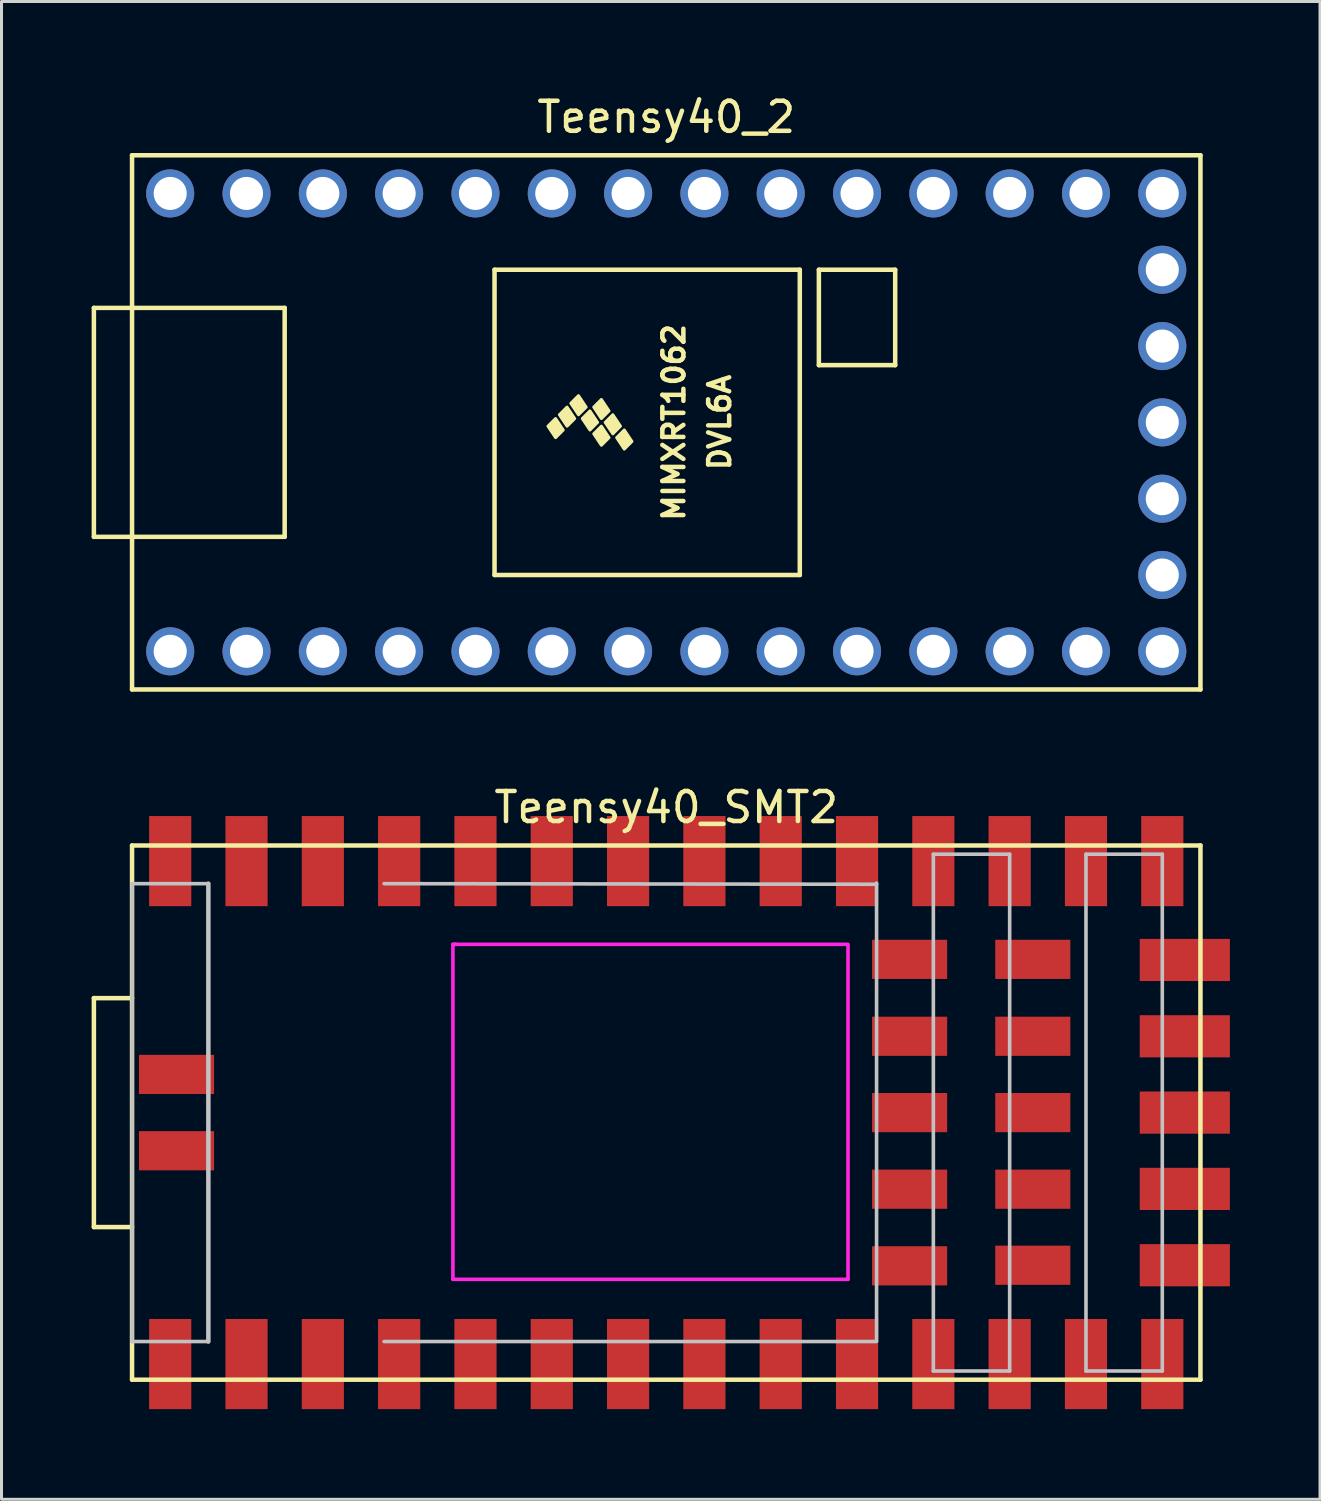
<source format=kicad_pcb>
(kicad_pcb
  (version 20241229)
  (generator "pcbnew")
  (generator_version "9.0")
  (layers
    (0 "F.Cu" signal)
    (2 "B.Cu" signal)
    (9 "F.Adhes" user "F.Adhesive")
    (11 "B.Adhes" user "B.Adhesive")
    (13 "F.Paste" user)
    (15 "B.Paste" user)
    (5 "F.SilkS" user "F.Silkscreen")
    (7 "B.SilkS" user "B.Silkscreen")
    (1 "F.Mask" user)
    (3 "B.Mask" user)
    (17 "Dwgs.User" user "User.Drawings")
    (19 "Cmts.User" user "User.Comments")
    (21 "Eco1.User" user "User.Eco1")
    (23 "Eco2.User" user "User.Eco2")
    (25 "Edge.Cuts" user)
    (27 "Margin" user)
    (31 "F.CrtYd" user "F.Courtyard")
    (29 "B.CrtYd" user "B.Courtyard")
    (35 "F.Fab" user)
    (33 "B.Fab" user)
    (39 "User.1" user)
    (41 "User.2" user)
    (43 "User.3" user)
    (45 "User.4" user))
  (footprint "Teensy40_2"
    (layer "F.Cu")
    (at 19.125 11.008)
    (property "Reference" "Teensy40_2" (at 0 -10.16 0) (layer "F.SilkS") (effects (font (size 1 1) (thickness 0.15))))
    (attr through_hole)
    (fp_line (start -19.05 -3.81) (end -17.78 -3.81) (stroke (width 0.15) (type solid)) (layer "F.SilkS"))
    (fp_line (start -19.05 3.81) (end -19.05 -3.81) (stroke (width 0.15) (type solid)) (layer "F.SilkS"))
    (fp_line (start -17.78 -8.89) (end 17.78 -8.89) (stroke (width 0.15) (type solid)) (layer "F.SilkS"))
    (fp_line (start -17.78 3.81) (end -19.05 3.81) (stroke (width 0.15) (type solid)) (layer "F.SilkS"))
    (fp_line (start -17.78 8.89) (end -17.78 -8.89) (stroke (width 0.15) (type solid)) (layer "F.SilkS"))
    (fp_line (start -12.7 -3.81) (end -17.78 -3.81) (stroke (width 0.15) (type solid)) (layer "F.SilkS"))
    (fp_line (start -12.7 3.81) (end -17.78 3.81) (stroke (width 0.15) (type solid)) (layer "F.SilkS"))
    (fp_line (start -12.7 3.81) (end -12.7 -3.81) (stroke (width 0.15) (type solid)) (layer "F.SilkS"))
    (fp_line (start -5.715 -5.08) (end -5.715 5.08) (stroke (width 0.15) (type solid)) (layer "F.SilkS"))
    (fp_line (start 4.445 -5.08) (end -5.715 -5.08) (stroke (width 0.15) (type solid)) (layer "F.SilkS"))
    (fp_line (start 4.445 5.08) (end -5.715 5.08) (stroke (width 0.15) (type solid)) (layer "F.SilkS"))
    (fp_line (start 4.445 5.08) (end 4.445 -5.08) (stroke (width 0.15) (type solid)) (layer "F.SilkS"))
    (fp_line (start 5.08 -5.08) (end 7.62 -5.08) (stroke (width 0.15) (type solid)) (layer "F.SilkS"))
    (fp_line (start 5.08 -1.905) (end 5.08 -5.08) (stroke (width 0.15) (type solid)) (layer "F.SilkS"))
    (fp_line (start 7.62 -5.08) (end 7.62 -1.905) (stroke (width 0.15) (type solid)) (layer "F.SilkS"))
    (fp_line (start 7.62 -1.905) (end 5.08 -1.905) (stroke (width 0.15) (type solid)) (layer "F.SilkS"))
    (fp_line (start 17.78 -8.89) (end 17.78 8.89) (stroke (width 0.15) (type solid)) (layer "F.SilkS"))
    (fp_line (start 17.78 8.89) (end -17.78 8.89) (stroke (width 0.15) (type solid)) (layer "F.SilkS"))
    (fp_poly (pts (xy -3.937 0.127) (xy -3.683 -0.127) (xy -3.429 0.254) (xy -3.683 0.508)) (stroke (width 0.1) (type solid)) (fill yes) (layer "F.SilkS"))
    (fp_poly (pts (xy -3.556 -0.254) (xy -3.302 -0.508) (xy -3.048 -0.127) (xy -3.302 0.127)) (stroke (width 0.1) (type solid)) (fill yes) (layer "F.SilkS"))
    (fp_poly (pts (xy -3.175 -0.635) (xy -2.921 -0.889) (xy -2.667 -0.508) (xy -2.921 -0.254)) (stroke (width 0.1) (type solid)) (fill yes) (layer "F.SilkS"))
    (fp_poly (pts (xy -2.794 -0.127) (xy -2.54 -0.381) (xy -2.286 0) (xy -2.54 0.254)) (stroke (width 0.1) (type solid)) (fill yes) (layer "F.SilkS"))
    (fp_poly (pts (xy -2.413 -0.508) (xy -2.159 -0.762) (xy -1.905 -0.381) (xy -2.159 -0.127)) (stroke (width 0.1) (type solid)) (fill yes) (layer "F.SilkS"))
    (fp_poly (pts (xy -2.413 0.381) (xy -2.159 0.127) (xy -1.905 0.508) (xy -2.159 0.762)) (stroke (width 0.1) (type solid)) (fill yes) (layer "F.SilkS"))
    (fp_poly (pts (xy -2.032 0) (xy -1.778 -0.254) (xy -1.524 0.127) (xy -1.778 0.381)) (stroke (width 0.1) (type solid)) (fill yes) (layer "F.SilkS"))
    (fp_poly (pts (xy -1.651 0.508) (xy -1.397 0.254) (xy -1.143 0.635) (xy -1.397 0.889)) (stroke (width 0.1) (type solid)) (fill yes) (layer "F.SilkS"))
    (fp_text user "MIMXRT1062" (at 0.254 0 90) (layer "F.SilkS") (effects (font (size 0.7 0.7) (thickness 0.15))))
    (fp_text user "DVL6A" (at 1.778 0 90) (layer "F.SilkS") (effects (font (size 0.7 0.7) (thickness 0.15))))
    (pad "1" thru_hole circle (at -16.51 7.62) (size 1.6 1.6) (drill 1.1) (layers "*.Cu" "*.Mask"))
    (pad "2" thru_hole circle (at -13.97 7.62) (size 1.6 1.6) (drill 1.1) (layers "*.Cu" "*.Mask"))
    (pad "3" thru_hole circle (at -11.43 7.62) (size 1.6 1.6) (drill 1.1) (layers "*.Cu" "*.Mask"))
    (pad "4" thru_hole circle (at -8.89 7.62) (size 1.6 1.6) (drill 1.1) (layers "*.Cu" "*.Mask"))
    (pad "5" thru_hole circle (at -6.35 7.62) (size 1.6 1.6) (drill 1.1) (layers "*.Cu" "*.Mask"))
    (pad "6" thru_hole circle (at -3.81 7.62) (size 1.6 1.6) (drill 1.1) (layers "*.Cu" "*.Mask"))
    (pad "7" thru_hole circle (at -1.27 7.62) (size 1.6 1.6) (drill 1.1) (layers "*.Cu" "*.Mask"))
    (pad "8" thru_hole circle (at 1.27 7.62) (size 1.6 1.6) (drill 1.1) (layers "*.Cu" "*.Mask"))
    (pad "9" thru_hole circle (at 3.81 7.62) (size 1.6 1.6) (drill 1.1) (layers "*.Cu" "*.Mask"))
    (pad "10" thru_hole circle (at 6.35 7.62) (size 1.6 1.6) (drill 1.1) (layers "*.Cu" "*.Mask"))
    (pad "11" thru_hole circle (at 8.89 7.62) (size 1.6 1.6) (drill 1.1) (layers "*.Cu" "*.Mask"))
    (pad "12" thru_hole circle (at 11.43 7.62) (size 1.6 1.6) (drill 1.1) (layers "*.Cu" "*.Mask"))
    (pad "13" thru_hole circle (at 13.97 7.62) (size 1.6 1.6) (drill 1.1) (layers "*.Cu" "*.Mask"))
    (pad "14" thru_hole circle (at 16.51 7.62) (size 1.6 1.6) (drill 1.1) (layers "*.Cu" "*.Mask"))
    (pad "15" thru_hole circle (at 16.51 5.08) (size 1.6 1.6) (drill 1.1) (layers "*.Cu" "*.Mask"))
    (pad "16" thru_hole circle (at 16.51 2.54) (size 1.6 1.6) (drill 1.1) (layers "*.Cu" "*.Mask"))
    (pad "17" thru_hole circle (at 16.51 0) (size 1.6 1.6) (drill 1.1) (layers "*.Cu" "*.Mask"))
    (pad "18" thru_hole circle (at 16.51 -2.54) (size 1.6 1.6) (drill 1.1) (layers "*.Cu" "*.Mask"))
    (pad "19" thru_hole circle (at 16.51 -5.08) (size 1.6 1.6) (drill 1.1) (layers "*.Cu" "*.Mask"))
    (pad "20" thru_hole circle (at 16.51 -7.62) (size 1.6 1.6) (drill 1.1) (layers "*.Cu" "*.Mask"))
    (pad "21" thru_hole circle (at 13.97 -7.62) (size 1.6 1.6) (drill 1.1) (layers "*.Cu" "*.Mask"))
    (pad "22" thru_hole circle (at 11.43 -7.62) (size 1.6 1.6) (drill 1.1) (layers "*.Cu" "*.Mask"))
    (pad "23" thru_hole circle (at 8.89 -7.62) (size 1.6 1.6) (drill 1.1) (layers "*.Cu" "*.Mask"))
    (pad "24" thru_hole circle (at 6.35 -7.62) (size 1.6 1.6) (drill 1.1) (layers "*.Cu" "*.Mask"))
    (pad "25" thru_hole circle (at 3.81 -7.62) (size 1.6 1.6) (drill 1.1) (layers "*.Cu" "*.Mask"))
    (pad "26" thru_hole circle (at 1.27 -7.62) (size 1.6 1.6) (drill 1.1) (layers "*.Cu" "*.Mask"))
    (pad "27" thru_hole circle (at -1.27 -7.62) (size 1.6 1.6) (drill 1.1) (layers "*.Cu" "*.Mask"))
    (pad "28" thru_hole circle (at -3.81 -7.62) (size 1.6 1.6) (drill 1.1) (layers "*.Cu" "*.Mask"))
    (pad "29" thru_hole circle (at -6.35 -7.62) (size 1.6 1.6) (drill 1.1) (layers "*.Cu" "*.Mask"))
    (pad "30" thru_hole circle (at -8.89 -7.62) (size 1.6 1.6) (drill 1.1) (layers "*.Cu" "*.Mask"))
    (pad "31" thru_hole circle (at -11.43 -7.62) (size 1.6 1.6) (drill 1.1) (layers "*.Cu" "*.Mask"))
    (pad "32" thru_hole circle (at -13.97 -7.62) (size 1.6 1.6) (drill 1.1) (layers "*.Cu" "*.Mask"))
    (pad "33" thru_hole circle (at -16.51 -7.62) (size 1.6 1.6) (drill 1.1) (layers "*.Cu" "*.Mask")))
  (footprint "Teensy40_SMT2"
    (layer "F.Cu")
    (at 19.125 33.981)
    (property "Reference" "Teensy40_SMT2" (at 0 -10.16 0) (layer "F.SilkS") (effects (font (size 1 1) (thickness 0.15))))
    (attr through_hole)
    (fp_line (start -19.05 -3.81) (end -19.05 3.81) (stroke (width 0.15) (type solid)) (layer "F.SilkS"))
    (fp_line (start -19.05 3.81) (end -17.78 3.81) (stroke (width 0.15) (type solid)) (layer "F.SilkS"))
    (fp_line (start -17.78 -8.89) (end -17.78 8.89) (stroke (width 0.15) (type solid)) (layer "F.SilkS"))
    (fp_line (start -17.78 -3.81) (end -19.05 -3.81) (stroke (width 0.15) (type solid)) (layer "F.SilkS"))
    (fp_line (start -17.78 8.89) (end 17.78 8.89) (stroke (width 0.15) (type solid)) (layer "F.SilkS"))
    (fp_line (start 17.78 -8.89) (end -17.78 -8.89) (stroke (width 0.15) (type solid)) (layer "F.SilkS"))
    (fp_line (start 17.78 8.89) (end 17.78 -8.89) (stroke (width 0.15) (type solid)) (layer "F.SilkS"))
    (fp_line (start -17.78 -7.62) (end -17.78 7.62) (stroke (width 0.12) (type solid)) (layer "Dwgs.User"))
    (fp_line (start -17.78 -7.62) (end -15.24 -7.62) (stroke (width 0.12) (type solid)) (layer "Dwgs.User"))
    (fp_line (start -17.78 7.62) (end -15.24 7.62) (stroke (width 0.12) (type solid)) (layer "Dwgs.User"))
    (fp_line (start -15.24 -7.62) (end -15.24 7.62) (stroke (width 0.15) (type solid)) (layer "Dwgs.User"))
    (fp_line (start -9.39 -7.62) (end 7 -7.6) (stroke (width 0.12) (type solid)) (layer "Dwgs.User"))
    (fp_line (start -9.39 7.62) (end 7 7.62) (stroke (width 0.12) (type solid)) (layer "Dwgs.User"))
    (fp_line (start 7 -7.64) (end 7 7.6) (stroke (width 0.12) (type solid)) (layer "Dwgs.User"))
    (fp_line (start 8.89 -8.6) (end 8.89 8.6) (stroke (width 0.12) (type solid)) (layer "Dwgs.User"))
    (fp_line (start 8.89 8.6) (end 11.43 8.6) (stroke (width 0.12) (type solid)) (layer "Dwgs.User"))
    (fp_line (start 11.43 -8.6) (end 8.89 -8.6) (stroke (width 0.12) (type solid)) (layer "Dwgs.User"))
    (fp_line (start 11.43 8.6) (end 11.43 -8.6) (stroke (width 0.12) (type solid)) (layer "Dwgs.User"))
    (fp_line (start 13.97 -8.6) (end 16.51 -8.6) (stroke (width 0.12) (type solid)) (layer "Dwgs.User"))
    (fp_line (start 13.97 8.6) (end 13.97 -8.6) (stroke (width 0.12) (type solid)) (layer "Dwgs.User"))
    (fp_line (start 16.51 -8.6) (end 16.51 8.6) (stroke (width 0.12) (type solid)) (layer "Dwgs.User"))
    (fp_line (start 16.51 8.6) (end 13.97 8.6) (stroke (width 0.12) (type solid)) (layer "Dwgs.User"))
    (fp_poly (pts (xy -17.272 -0.762) (xy -14.732 -0.762) (xy -14.732 -1.778) (xy -17.272 -1.778)) (stroke (width 0.1) (type solid)) (fill no) (layer "Eco1.User"))
    (fp_poly (pts (xy -17.272 1.778) (xy -14.732 1.778) (xy -14.732 0.762) (xy -17.272 0.762)) (stroke (width 0.1) (type solid)) (fill no) (layer "Eco1.User"))
    (fp_poly (pts (xy 6.858 -4.572) (xy 9.398 -4.572) (xy 9.398 -5.588) (xy 6.858 -5.588)) (stroke (width 0.1) (type solid)) (fill no) (layer "Eco1.User"))
    (fp_poly (pts (xy 6.858 -2.032) (xy 9.398 -2.032) (xy 9.398 -3.048) (xy 6.858 -3.048)) (stroke (width 0.1) (type solid)) (fill no) (layer "Eco1.User"))
    (fp_poly (pts (xy 6.858 0.508) (xy 9.398 0.508) (xy 9.398 -0.508) (xy 6.858 -0.508)) (stroke (width 0.1) (type solid)) (fill no) (layer "Eco1.User"))
    (fp_poly (pts (xy 6.858 3.048) (xy 9.398 3.048) (xy 9.398 2.032) (xy 6.858 2.032)) (stroke (width 0.1) (type solid)) (fill no) (layer "Eco1.User"))
    (fp_poly (pts (xy 6.858 5.588) (xy 9.398 5.588) (xy 9.398 4.572) (xy 6.858 4.572)) (stroke (width 0.1) (type solid)) (fill no) (layer "Eco1.User"))
    (fp_poly (pts (xy 10.922 -4.572) (xy 13.462 -4.572) (xy 13.462 -5.588) (xy 10.922 -5.588)) (stroke (width 0.1) (type solid)) (fill no) (layer "Eco1.User"))
    (fp_poly (pts (xy 10.922 -2.032) (xy 13.462 -2.032) (xy 13.462 -3.048) (xy 10.922 -3.048)) (stroke (width 0.1) (type solid)) (fill no) (layer "Eco1.User"))
    (fp_poly (pts (xy 10.922 0.508) (xy 13.462 0.508) (xy 13.462 -0.508) (xy 10.922 -0.508)) (stroke (width 0.1) (type solid)) (fill no) (layer "Eco1.User"))
    (fp_poly (pts (xy 10.922 3.048) (xy 13.462 3.048) (xy 13.462 2.032) (xy 10.922 2.032)) (stroke (width 0.1) (type solid)) (fill no) (layer "Eco1.User"))
    (fp_poly (pts (xy 10.922 5.588) (xy 13.462 5.588) (xy 13.462 4.572) (xy 10.922 4.572)) (stroke (width 0.1) (type solid)) (fill no) (layer "Eco1.User"))
    (fp_line (start -7.1 -5.6) (end -7 -5.6) (stroke (width 0.12) (type solid)) (layer "F.CrtYd"))
    (fp_line (start -7.1 5.55) (end -7.1 -5.6) (stroke (width 0.12) (type solid)) (layer "F.CrtYd"))
    (fp_line (start -7.05 -5.6) (end 6 -5.6) (stroke (width 0.12) (type solid)) (layer "F.CrtYd"))
    (fp_line (start 6.05 5.55) (end -7.1 5.55) (stroke (width 0.12) (type solid)) (layer "F.CrtYd"))
    (fp_line (start 6.05 5.55) (end 6.05 -5.6) (stroke (width 0.12) (type solid)) (layer "F.CrtYd"))
    (pad "1" smd rect (at -16.51 8.37) (size 1.404 3) (layers "F.Cu" "F.Mask" "F.Paste"))
    (pad "2" smd rect (at -13.97 8.37) (size 1.404 3) (layers "F.Cu" "F.Mask" "F.Paste"))
    (pad "3" smd rect (at -11.43 8.37) (size 1.404 3) (layers "F.Cu" "F.Mask" "F.Paste"))
    (pad "4" smd rect (at -8.89 8.37) (size 1.404 3) (layers "F.Cu" "F.Mask" "F.Paste"))
    (pad "5" smd rect (at -6.35 8.37) (size 1.404 3) (layers "F.Cu" "F.Mask" "F.Paste"))
    (pad "6" smd rect (at -3.81 8.37) (size 1.404 3) (layers "F.Cu" "F.Mask" "F.Paste"))
    (pad "7" smd rect (at -1.27 8.37) (size 1.404 3) (layers "F.Cu" "F.Mask" "F.Paste"))
    (pad "8" smd rect (at 1.27 8.37) (size 1.404 3) (layers "F.Cu" "F.Mask" "F.Paste"))
    (pad "9" smd rect (at 3.81 8.37) (size 1.404 3) (layers "F.Cu" "F.Mask" "F.Paste"))
    (pad "10" smd rect (at 6.35 8.37) (size 1.404 3) (layers "F.Cu" "F.Mask" "F.Paste"))
    (pad "11" smd rect (at 8.89 8.37) (size 1.404 3) (layers "F.Cu" "F.Mask" "F.Paste"))
    (pad "12" smd rect (at 11.43 8.37) (size 1.404 3) (layers "F.Cu" "F.Mask" "F.Paste"))
    (pad "13" smd rect (at 13.97 8.37) (size 1.404 3) (layers "F.Cu" "F.Mask" "F.Paste"))
    (pad "14" smd rect (at 16.51 8.37) (size 1.404 3) (layers "F.Cu" "F.Mask" "F.Paste"))
    (pad "15" smd rect (at 17.26 5.08) (size 3 1.404) (layers "F.Cu" "F.Mask" "F.Paste"))
    (pad "16" smd rect (at 17.26 2.54) (size 3 1.404) (layers "F.Cu" "F.Mask" "F.Paste"))
    (pad "17" smd rect (at 17.26 0) (size 3 1.404) (layers "F.Cu" "F.Mask" "F.Paste"))
    (pad "18" smd rect (at 17.26 -2.54) (size 3 1.404) (layers "F.Cu" "F.Mask" "F.Paste"))
    (pad "19" smd rect (at 17.26 -5.08) (size 3 1.404) (layers "F.Cu" "F.Mask" "F.Paste"))
    (pad "20" smd rect (at 16.51 -8.37) (size 1.404 3) (layers "F.Cu" "F.Mask" "F.Paste"))
    (pad "21" smd trapezoid (at 13.97 -8.37) (size 1.404 3) (layers "F.Cu" "F.Mask" "F.Paste"))
    (pad "22" smd rect (at 11.43 -8.37) (size 1.404 3) (layers "F.Cu" "F.Mask" "F.Paste"))
    (pad "23" smd rect (at 8.89 -8.37) (size 1.404 3) (layers "F.Cu" "F.Mask" "F.Paste"))
    (pad "24" smd rect (at 6.35 -8.37) (size 1.404 3) (layers "F.Cu" "F.Mask" "F.Paste"))
    (pad "25" smd rect (at 3.81 -8.37) (size 1.404 3) (layers "F.Cu" "F.Mask" "F.Paste"))
    (pad "26" smd rect (at 1.27 -8.37) (size 1.404 3) (layers "F.Cu" "F.Mask" "F.Paste"))
    (pad "27" smd rect (at -1.27 -8.37) (size 1.404 3) (layers "F.Cu" "F.Mask" "F.Paste"))
    (pad "28" smd rect (at -3.81 -8.37) (size 1.404 3) (layers "F.Cu" "F.Mask" "F.Paste"))
    (pad "29" smd rect (at -6.35 -8.37) (size 1.404 3) (layers "F.Cu" "F.Mask" "F.Paste"))
    (pad "30" smd rect (at -8.89 -8.37) (size 1.404 3) (layers "F.Cu" "F.Mask" "F.Paste"))
    (pad "31" smd rect (at -11.43 -8.37) (size 1.404 3) (layers "F.Cu" "F.Mask" "F.Paste"))
    (pad "32" smd rect (at -13.97 -8.37) (size 1.404 3) (layers "F.Cu" "F.Mask" "F.Paste"))
    (pad "33" smd rect (at -16.51 -8.37) (size 1.404 3) (layers "F.Cu" "F.Mask" "F.Paste"))
    (pad "35" smd rect (at 12.2 -5.1) (size 2.5 1.304) (layers "F.Cu" "F.Mask" "F.Paste"))
    (pad "36" smd rect (at 8.1 -5.1) (size 2.5 1.304) (layers "F.Cu" "F.Mask" "F.Paste"))
    (pad "37" smd rect (at 12.2 -2.54) (size 2.5 1.304) (layers "F.Cu" "F.Mask" "F.Paste"))
    (pad "38" smd rect (at 8.1 -2.54) (size 2.5 1.304) (layers "F.Cu" "F.Mask" "F.Paste"))
    (pad "39" smd rect (at 12.2 0) (size 2.5 1.304) (layers "F.Cu" "F.Mask" "F.Paste"))
    (pad "40" smd rect (at 8.1 0) (size 2.5 1.304) (layers "F.Cu" "F.Mask" "F.Paste"))
    (pad "41" smd rect (at 12.2 2.55) (size 2.5 1.304) (layers "F.Cu" "F.Mask" "F.Paste"))
    (pad "42" smd rect (at 8.1 2.55) (size 2.5 1.304) (layers "F.Cu" "F.Mask" "F.Paste"))
    (pad "43" smd rect (at 12.2 5.08) (size 2.5 1.304) (layers "F.Cu" "F.Mask" "F.Paste"))
    (pad "44" smd rect (at 8.1 5.1) (size 2.5 1.304) (layers "F.Cu" "F.Mask" "F.Paste"))
    (pad "53" smd rect (at -16.3 -1.27) (size 2.5 1.304) (layers "F.Cu" "F.Mask" "F.Paste"))
    (pad "54" smd rect (at -16.3 1.27) (size 2.5 1.304) (layers "F.Cu" "F.Mask" "F.Paste")))
  (gr_rect
    (start -3 -3)
    (end 40.885 46.852)
    (stroke (width 0.1) (type default))
    (fill no)
    (layer "Edge.Cuts")))
</source>
